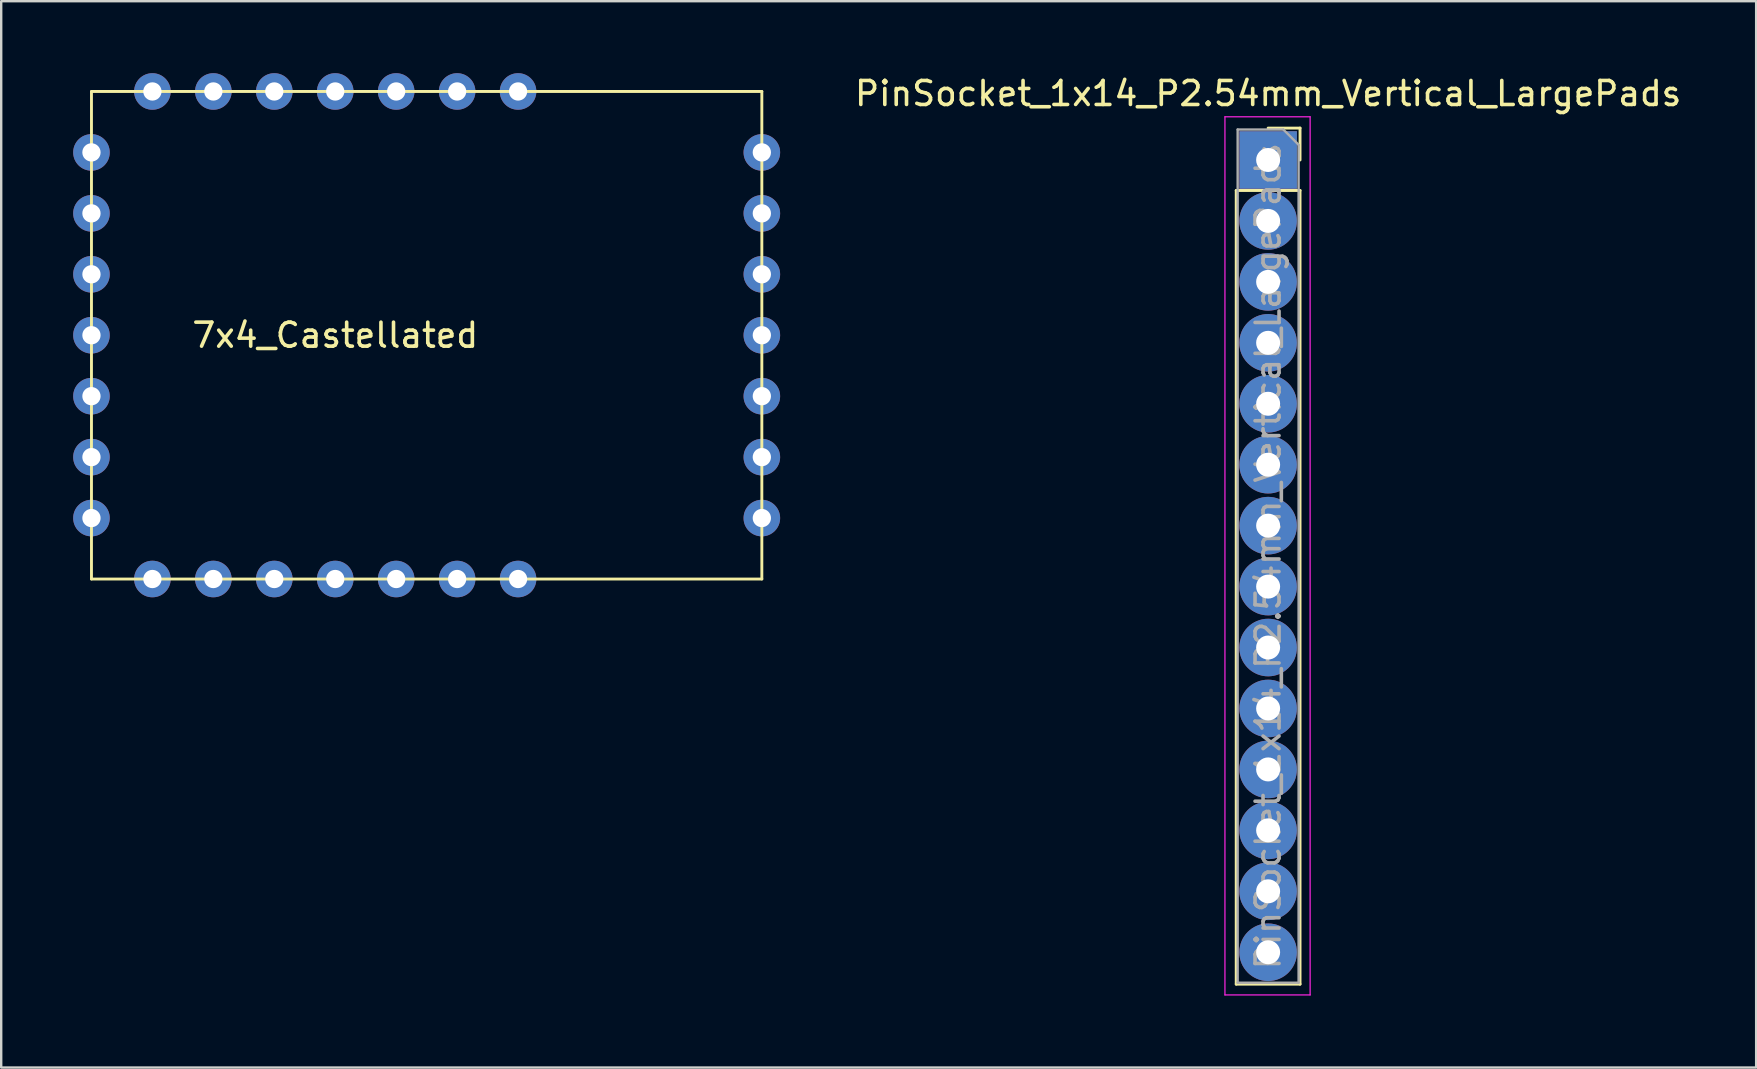
<source format=kicad_pcb>
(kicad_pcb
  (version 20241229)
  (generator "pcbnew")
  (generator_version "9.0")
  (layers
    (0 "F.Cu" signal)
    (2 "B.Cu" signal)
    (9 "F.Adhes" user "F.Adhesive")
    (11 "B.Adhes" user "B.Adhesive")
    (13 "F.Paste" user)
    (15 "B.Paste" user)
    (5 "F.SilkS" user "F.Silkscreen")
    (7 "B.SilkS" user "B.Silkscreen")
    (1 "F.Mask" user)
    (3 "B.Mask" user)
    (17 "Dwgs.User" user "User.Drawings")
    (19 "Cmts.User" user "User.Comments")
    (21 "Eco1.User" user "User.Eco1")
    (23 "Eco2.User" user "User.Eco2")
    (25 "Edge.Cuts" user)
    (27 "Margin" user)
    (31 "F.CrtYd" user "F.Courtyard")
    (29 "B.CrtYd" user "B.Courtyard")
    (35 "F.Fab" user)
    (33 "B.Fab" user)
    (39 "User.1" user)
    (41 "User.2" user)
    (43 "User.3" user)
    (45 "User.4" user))
  (footprint "PinSocket_1x14_P2.54mm_Vertical_LargePads"
    (layer "F.Cu")
    (at 49.803 3.618)
    (property "Reference" "PinSocket_1x14_P2.54mm_Vertical_LargePads" (at 0 -2.77 180) (layer "F.SilkS") (effects (font (size 1 1) (thickness 0.15))))
    (attr through_hole)
    (fp_line (start -1.33 1.27) (end -1.33 34.35) (stroke (width 0.12) (type solid)) (layer "F.SilkS"))
    (fp_line (start -1.33 1.27) (end 1.33 1.27) (stroke (width 0.12) (type solid)) (layer "F.SilkS"))
    (fp_line (start -1.33 34.35) (end 1.33 34.35) (stroke (width 0.12) (type solid)) (layer "F.SilkS"))
    (fp_line (start 0 -1.33) (end 1.33 -1.33) (stroke (width 0.12) (type solid)) (layer "F.SilkS"))
    (fp_line (start 1.33 -1.33) (end 1.33 0) (stroke (width 0.12) (type solid)) (layer "F.SilkS"))
    (fp_line (start 1.33 1.27) (end 1.33 34.35) (stroke (width 0.12) (type solid)) (layer "F.SilkS"))
    (fp_line (start -1.8 -1.8) (end 1.75 -1.8) (stroke (width 0.05) (type solid)) (layer "F.CrtYd"))
    (fp_line (start -1.8 34.8) (end -1.8 -1.8) (stroke (width 0.05) (type solid)) (layer "F.CrtYd"))
    (fp_line (start 1.75 -1.8) (end 1.75 34.8) (stroke (width 0.05) (type solid)) (layer "F.CrtYd"))
    (fp_line (start 1.75 34.8) (end -1.8 34.8) (stroke (width 0.05) (type solid)) (layer "F.CrtYd"))
    (fp_line (start -1.27 -1.27) (end 0.635 -1.27) (stroke (width 0.1) (type solid)) (layer "F.Fab"))
    (fp_line (start -1.27 34.29) (end -1.27 -1.27) (stroke (width 0.1) (type solid)) (layer "F.Fab"))
    (fp_line (start 0.635 -1.27) (end 1.27 -0.635) (stroke (width 0.1) (type solid)) (layer "F.Fab"))
    (fp_line (start 1.27 -0.635) (end 1.27 34.29) (stroke (width 0.1) (type solid)) (layer "F.Fab"))
    (fp_line (start 1.27 34.29) (end -1.27 34.29) (stroke (width 0.1) (type solid)) (layer "F.Fab"))
    (fp_text user "${REFERENCE}" (at 0 16.51 270) (layer "F.Fab") (effects (font (size 1 1) (thickness 0.15))))
    (pad "1" thru_hole rect (at 0 0) (size 2.4 2.4) (drill 1) (layers "*.Cu" "*.Mask"))
    (pad "2" thru_hole oval (at 0 2.54) (size 2.4 2.4) (drill 1) (layers "*.Cu" "*.Mask"))
    (pad "3" thru_hole oval (at 0 5.08) (size 2.4 2.4) (drill 1) (layers "*.Cu" "*.Mask"))
    (pad "4" thru_hole oval (at 0 7.62) (size 2.4 2.4) (drill 1) (layers "*.Cu" "*.Mask"))
    (pad "5" thru_hole oval (at 0 10.16) (size 2.4 2.4) (drill 1) (layers "*.Cu" "*.Mask"))
    (pad "6" thru_hole oval (at 0 12.7) (size 2.4 2.4) (drill 1) (layers "*.Cu" "*.Mask"))
    (pad "7" thru_hole oval (at 0 15.24) (size 2.4 2.4) (drill 1) (layers "*.Cu" "*.Mask"))
    (pad "8" thru_hole oval (at 0 17.78) (size 2.4 2.4) (drill 1) (layers "*.Cu" "*.Mask"))
    (pad "9" thru_hole oval (at 0 20.32) (size 2.4 2.4) (drill 1) (layers "*.Cu" "*.Mask"))
    (pad "10" thru_hole oval (at 0 22.86) (size 2.4 2.4) (drill 1) (layers "*.Cu" "*.Mask"))
    (pad "11" thru_hole oval (at 0 25.4) (size 2.4 2.4) (drill 1) (layers "*.Cu" "*.Mask"))
    (pad "12" thru_hole oval (at 0 27.94) (size 2.4 2.4) (drill 1) (layers "*.Cu" "*.Mask"))
    (pad "13" thru_hole oval (at 0 30.48) (size 2.4 2.4) (drill 1) (layers "*.Cu" "*.Mask"))
    (pad "14" thru_hole oval (at 0 33.02) (size 2.4 2.4) (drill 1) (layers "*.Cu" "*.Mask")))
  (footprint "7x4_Castellated"
    (layer "F.Cu")
    (at 13.462 16.002)
    (property "Reference" "7x4_Castellated" (at -2.54 -5.08 0) (layer "F.SilkS") (effects (font (size 1 1) (thickness 0.15))))
    (attr through_hole)
    (fp_line (start -12.7 -15.24) (end 15.24 -15.24) (stroke (width 0.12) (type solid)) (layer "F.SilkS"))
    (fp_line (start -12.7 5.08) (end -12.7 -15.24) (stroke (width 0.12) (type solid)) (layer "F.SilkS"))
    (fp_line (start 15.24 -15.24) (end 15.24 5.08) (stroke (width 0.12) (type solid)) (layer "F.SilkS"))
    (fp_line (start 15.24 5.08) (end -12.7 5.08) (stroke (width 0.12) (type solid)) (layer "F.SilkS"))
    (pad "1" thru_hole circle (at -12.7 -12.7) (size 1.524 1.524) (drill 0.762) (layers "*.Cu" "*.Mask"))
    (pad "2" thru_hole circle (at -12.7 -10.16) (size 1.524 1.524) (drill 0.762) (layers "*.Cu" "*.Mask"))
    (pad "3" thru_hole circle (at -12.7 -7.62) (size 1.524 1.524) (drill 0.762) (layers "*.Cu" "*.Mask"))
    (pad "4" thru_hole circle (at -12.7 -5.08) (size 1.524 1.524) (drill 0.762) (layers "*.Cu" "*.Mask"))
    (pad "5" thru_hole circle (at -12.7 -2.54) (size 1.524 1.524) (drill 0.762) (layers "*.Cu" "*.Mask"))
    (pad "6" thru_hole circle (at -12.7 0) (size 1.524 1.524) (drill 0.762) (layers "*.Cu" "*.Mask"))
    (pad "7" thru_hole circle (at -12.7 2.54) (size 1.524 1.524) (drill 0.762) (layers "*.Cu" "*.Mask"))
    (pad "8" thru_hole circle (at -10.16 5.08) (size 1.524 1.524) (drill 0.762) (layers "*.Cu" "*.Mask"))
    (pad "9" thru_hole circle (at -7.62 5.08) (size 1.524 1.524) (drill 0.762) (layers "*.Cu" "*.Mask"))
    (pad "10" thru_hole circle (at -5.08 5.08) (size 1.524 1.524) (drill 0.762) (layers "*.Cu" "*.Mask"))
    (pad "11" thru_hole circle (at -2.54 5.08) (size 1.524 1.524) (drill 0.762) (layers "*.Cu" "*.Mask"))
    (pad "12" thru_hole circle (at 0 5.08) (size 1.524 1.524) (drill 0.762) (layers "*.Cu" "*.Mask"))
    (pad "13" thru_hole circle (at 2.54 5.08) (size 1.524 1.524) (drill 0.762) (layers "*.Cu" "*.Mask"))
    (pad "14" thru_hole circle (at 5.08 5.08) (size 1.524 1.524) (drill 0.762) (layers "*.Cu" "*.Mask"))
    (pad "15" thru_hole circle (at 15.24 2.54) (size 1.524 1.524) (drill 0.762) (layers "*.Cu" "*.Mask"))
    (pad "16" thru_hole circle (at 15.24 0) (size 1.524 1.524) (drill 0.762) (layers "*.Cu" "*.Mask"))
    (pad "17" thru_hole circle (at 15.24 -2.54) (size 1.524 1.524) (drill 0.762) (layers "*.Cu" "*.Mask"))
    (pad "18" thru_hole circle (at 15.24 -5.08) (size 1.524 1.524) (drill 0.762) (layers "*.Cu" "*.Mask"))
    (pad "19" thru_hole circle (at 15.24 -7.62) (size 1.524 1.524) (drill 0.762) (layers "*.Cu" "*.Mask"))
    (pad "20" thru_hole circle (at 15.24 -10.16) (size 1.524 1.524) (drill 0.762) (layers "*.Cu" "*.Mask"))
    (pad "21" thru_hole circle (at 15.24 -12.7) (size 1.524 1.524) (drill 0.762) (layers "*.Cu" "*.Mask"))
    (pad "22" thru_hole circle (at 5.08 -15.24) (size 1.524 1.524) (drill 0.762) (layers "*.Cu" "*.Mask"))
    (pad "23" thru_hole circle (at 2.54 -15.24) (size 1.524 1.524) (drill 0.762) (layers "*.Cu" "*.Mask"))
    (pad "24" thru_hole circle (at 0 -15.24) (size 1.524 1.524) (drill 0.762) (layers "*.Cu" "*.Mask"))
    (pad "25" thru_hole circle (at -2.54 -15.24) (size 1.524 1.524) (drill 0.762) (layers "*.Cu" "*.Mask"))
    (pad "26" thru_hole circle (at -5.08 -15.24) (size 1.524 1.524) (drill 0.762) (layers "*.Cu" "*.Mask"))
    (pad "27" thru_hole circle (at -7.62 -15.24) (size 1.524 1.524) (drill 0.762) (layers "*.Cu" "*.Mask"))
    (pad "28" thru_hole circle (at -10.16 -15.24) (size 1.524 1.524) (drill 0.762) (layers "*.Cu" "*.Mask")))
  (gr_rect
    (start -3 -3)
    (end 70.143 41.443)
    (stroke (width 0.1) (type default))
    (fill no)
    (layer "Edge.Cuts")))
</source>
